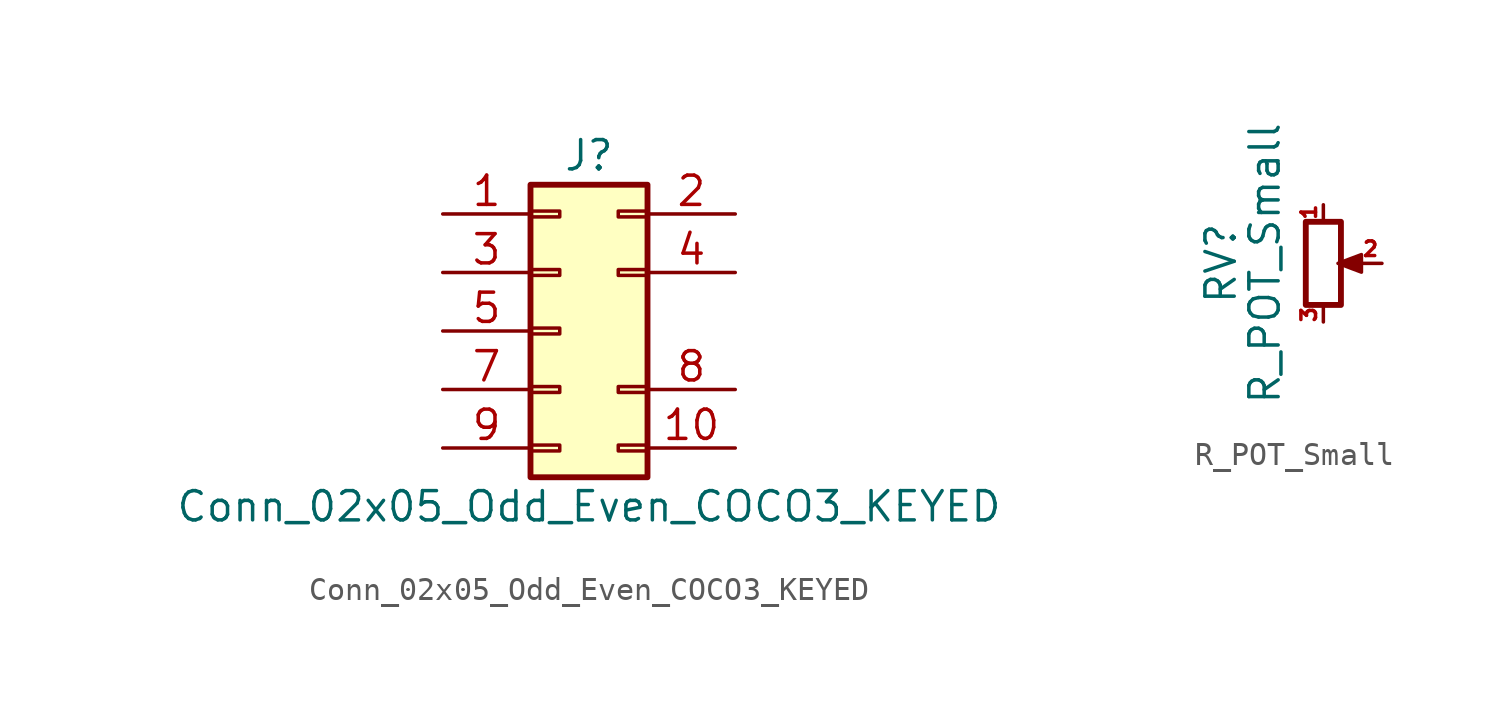
<source format=kicad_sym>
(kicad_symbol_lib
  (version 20231120)
  (generator "kicad_symbol_editor")
  (generator_version "8.0")
  (symbol "Conn_02x05_Odd_Even_COCO3_KEYED"
    (pin_names
      (offset 1.016) hide)
    (property "Reference" "J"
      (at 1.27 7.62 0)
      (effects (font (size 1.27 1.27))))
    (property "Value" "Conn_02x05_Odd_Even_COCO3_KEYED"
      (at 1.27 -7.62 0)
      (effects (font (size 1.27 1.27))))
    (symbol "Conn_02x05_Odd_Even_COCO3_KEYED_1_1"
      (rectangle (start -1.27 -4.953) (end 0 -5.207) (stroke (width 0.152) (type default)) (fill (type none)))
      (rectangle (start -1.27 -2.413) (end 0 -2.667) (stroke (width 0.152) (type default)) (fill (type none)))
      (rectangle (start -1.27 0.127) (end 0 -0.127) (stroke (width 0.152) (type default)) (fill (type none)))
      (rectangle (start -1.27 2.667) (end 0 2.413) (stroke (width 0.152) (type default)) (fill (type none)))
      (rectangle (start -1.27 5.207) (end 0 4.953) (stroke (width 0.152) (type default)) (fill (type none)))
      (rectangle (start -1.27 6.35) (end 3.81 -6.35) (stroke (width 0.254) (type default)) (fill (type background)))
      (rectangle (start 3.81 -4.953) (end 2.54 -5.207) (stroke (width 0.152) (type default)) (fill (type none)))
      (rectangle (start 3.81 -2.413) (end 2.54 -2.667) (stroke (width 0.152) (type default)) (fill (type none)))
      (rectangle (start 3.81 2.667) (end 2.54 2.413) (stroke (width 0.152) (type default)) (fill (type none)))
      (rectangle (start 3.81 5.207) (end 2.54 4.953) (stroke (width 0.152) (type default)) (fill (type none)))
      (pin passive line (at -5.08 5.08 0) (length 3.81) (name "Pin_1" (effects (font (size 1.27 1.27)))) (number "1" (effects (font (size 1.27 1.27)))))
      (pin passive line (at 7.62 -5.08 180) (length 3.81) (name "Pin_10" (effects (font (size 1.27 1.27)))) (number "10" (effects (font (size 1.27 1.27)))))
      (pin passive line (at 7.62 5.08 180) (length 3.81) (name "Pin_2" (effects (font (size 1.27 1.27)))) (number "2" (effects (font (size 1.27 1.27)))))
      (pin passive line (at -5.08 2.54 0) (length 3.81) (name "Pin_3" (effects (font (size 1.27 1.27)))) (number "3" (effects (font (size 1.27 1.27)))))
      (pin passive line (at 7.62 2.54 180) (length 3.81) (name "Pin_4" (effects (font (size 1.27 1.27)))) (number "4" (effects (font (size 1.27 1.27)))))
      (pin passive line (at -5.08 0 0) (length 3.81) (name "Pin_5" (effects (font (size 1.27 1.27)))) (number "5" (effects (font (size 1.27 1.27)))))
      (pin passive line (at -5.08 -2.54 0) (length 3.81) (name "Pin_7" (effects (font (size 1.27 1.27)))) (number "7" (effects (font (size 1.27 1.27)))))
      (pin passive line (at 7.62 -2.54 180) (length 3.81) (name "Pin_8" (effects (font (size 1.27 1.27)))) (number "8" (effects (font (size 1.27 1.27)))))
      (pin passive line (at -5.08 -5.08 0) (length 3.81) (name "Pin_9" (effects (font (size 1.27 1.27)))) (number "9" (effects (font (size 1.27 1.27)))))))
  (symbol "R_POT_Small"
    (pin_names
      (offset 1.016) hide)
    (property "Reference" "RV"
      (at -4.445 0 90)
      (effects (font (size 1.27 1.27))))
    (property "Value" "R_POT_Small"
      (at -2.54 0 90)
      (effects (font (size 1.27 1.27))))
    (symbol "R_POT_Small_0_1"
      (polyline (pts (xy 0.889 0) (xy 0.635 0) (xy 1.651 0.381) (xy 1.651 -0.381) (xy 0.635 0) (xy 0.889 0)) (stroke (width 0) (type default)) (fill (type outline)))
      (rectangle (start 0.762 1.803) (end -0.762 -1.803) (stroke (width 0.254) (type default)) (fill (type none))))
    (symbol "R_POT_Small_1_1"
      (pin passive line (at 0 2.54 270) (length 0.635) (name "1" (effects (font (size 0.635 0.635)))) (number "1" (effects (font (size 0.635 0.635)))))
      (pin passive line (at 2.54 0 180) (length 0.991) (name "2" (effects (font (size 0.635 0.635)))) (number "2" (effects (font (size 0.635 0.635)))))
      (pin passive line (at 0 -2.54 90) (length 0.635) (name "3" (effects (font (size 0.635 0.635)))) (number "3" (effects (font (size 0.635 0.635))))))))
</source>
